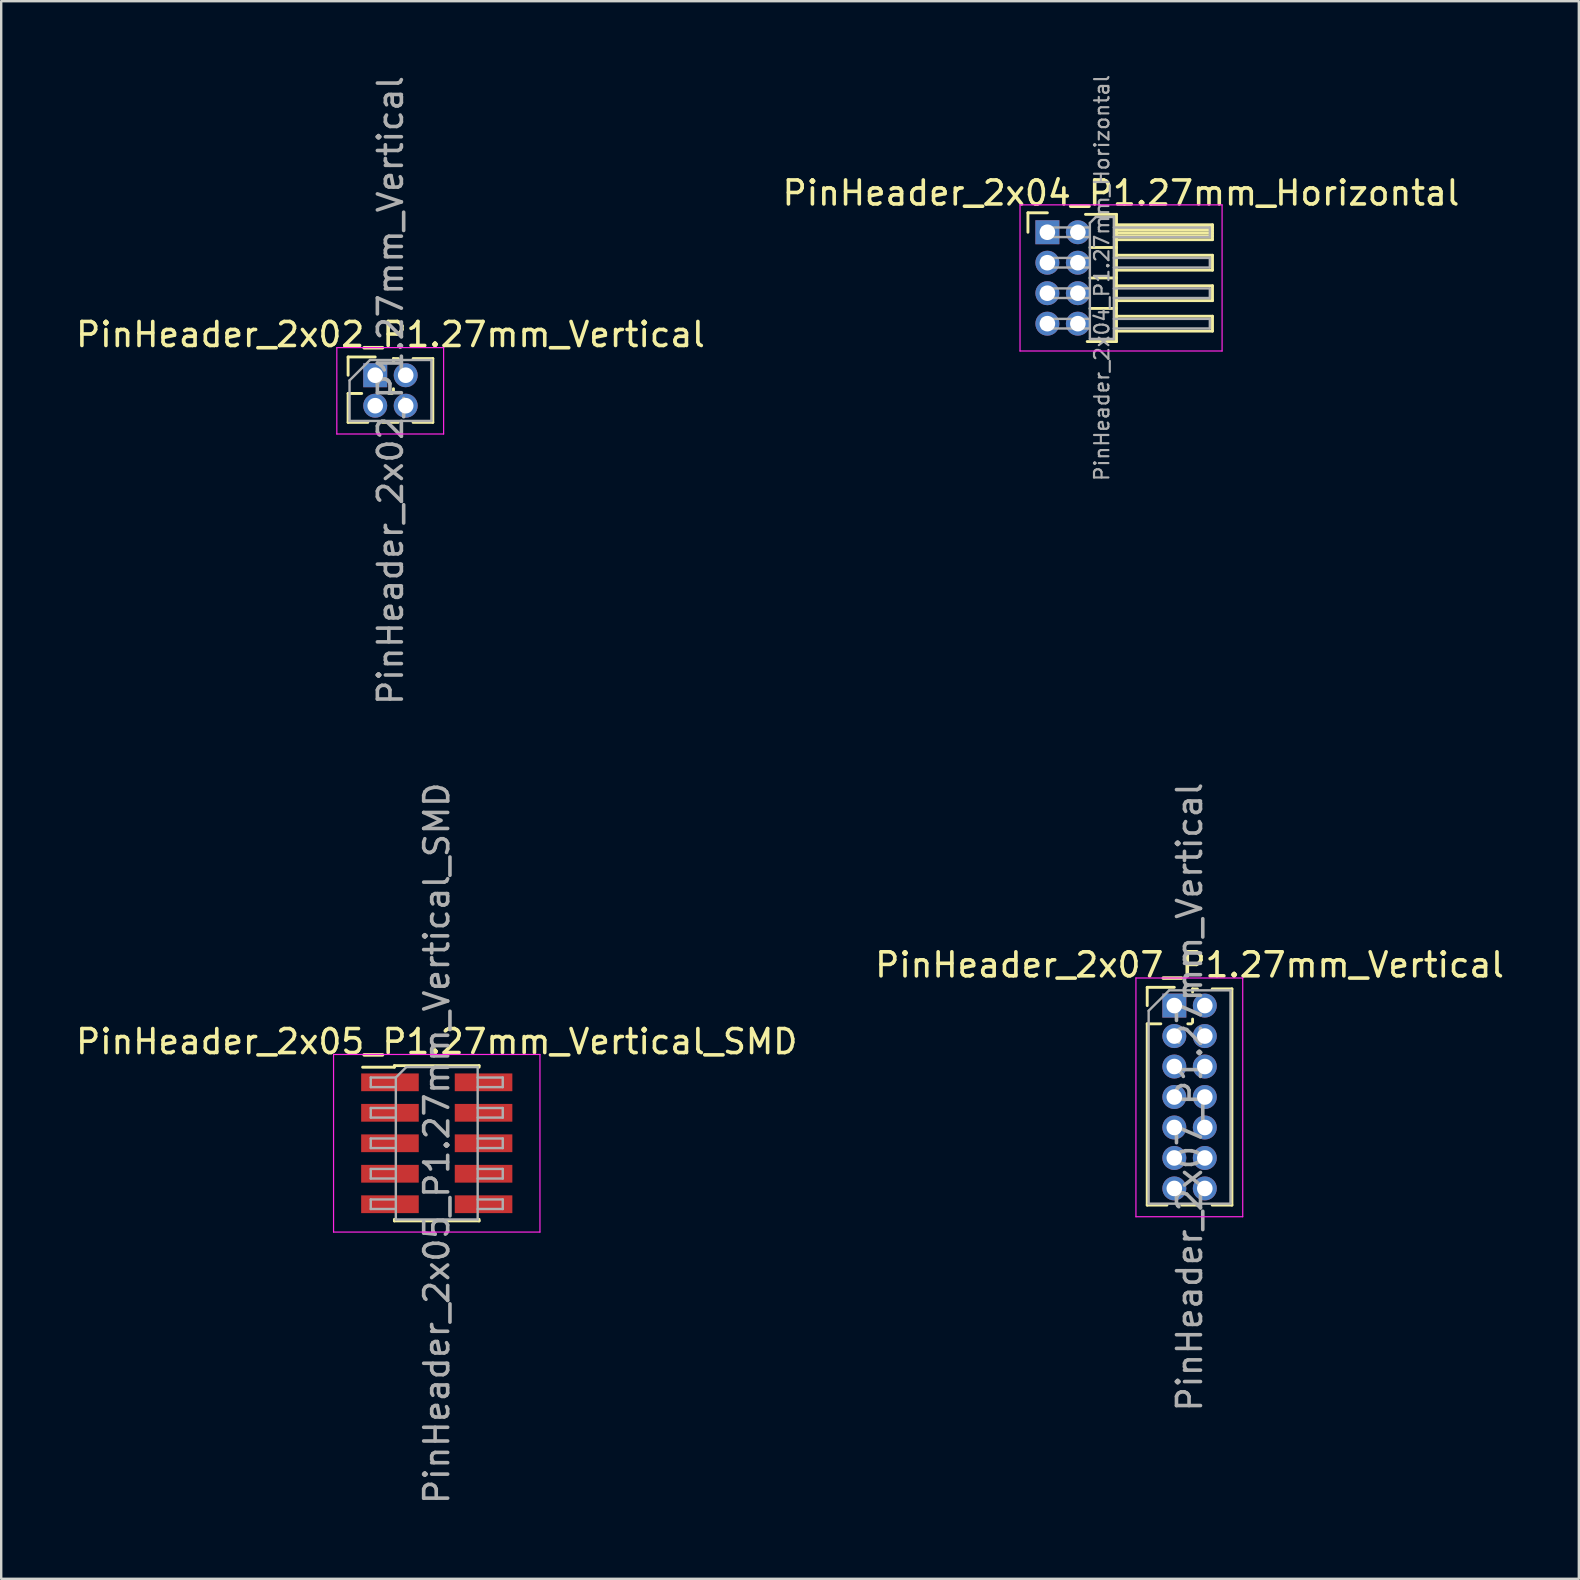
<source format=kicad_pcb>
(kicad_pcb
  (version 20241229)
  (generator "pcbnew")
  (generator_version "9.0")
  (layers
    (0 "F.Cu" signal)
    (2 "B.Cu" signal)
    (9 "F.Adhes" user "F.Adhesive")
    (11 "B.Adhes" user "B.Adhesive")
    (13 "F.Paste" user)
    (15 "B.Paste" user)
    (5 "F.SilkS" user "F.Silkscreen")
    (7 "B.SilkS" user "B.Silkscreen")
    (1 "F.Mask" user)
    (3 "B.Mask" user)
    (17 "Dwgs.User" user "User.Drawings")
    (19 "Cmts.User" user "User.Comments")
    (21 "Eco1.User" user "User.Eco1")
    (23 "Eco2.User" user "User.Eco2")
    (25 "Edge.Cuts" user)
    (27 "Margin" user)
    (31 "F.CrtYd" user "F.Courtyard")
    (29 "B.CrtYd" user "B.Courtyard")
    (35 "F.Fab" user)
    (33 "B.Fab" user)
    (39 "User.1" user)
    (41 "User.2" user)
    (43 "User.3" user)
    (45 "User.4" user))
  (footprint "PinHeader_2x02_P1.27mm_Vertical"
    (layer "F.Cu")
    (at 12.585 12.585)
    (property "Reference" "PinHeader_2x02_P1.27mm_Vertical" (at 0.635 -1.695 0) (layer "F.SilkS") (effects (font (size 1 1) (thickness 0.15))))
    (attr through_hole)
    (fp_line (start -1.13 -0.76) (end 0 -0.76) (stroke (width 0.12) (type solid)) (layer "F.SilkS"))
    (fp_line (start -1.13 0) (end -1.13 -0.76) (stroke (width 0.12) (type solid)) (layer "F.SilkS"))
    (fp_line (start -1.13 0.76) (end -1.13 1.965) (stroke (width 0.12) (type solid)) (layer "F.SilkS"))
    (fp_line (start -1.13 0.76) (end -0.563 0.76) (stroke (width 0.12) (type solid)) (layer "F.SilkS"))
    (fp_line (start -1.13 1.965) (end -0.308 1.965) (stroke (width 0.12) (type solid)) (layer "F.SilkS"))
    (fp_line (start 0.308 1.965) (end 0.962 1.965) (stroke (width 0.12) (type solid)) (layer "F.SilkS"))
    (fp_line (start 0.563 0.76) (end 0.707 0.76) (stroke (width 0.12) (type solid)) (layer "F.SilkS"))
    (fp_line (start 0.76 -0.695) (end 0.962 -0.695) (stroke (width 0.12) (type solid)) (layer "F.SilkS"))
    (fp_line (start 0.76 -0.563) (end 0.76 -0.695) (stroke (width 0.12) (type solid)) (layer "F.SilkS"))
    (fp_line (start 0.76 0.707) (end 0.76 0.563) (stroke (width 0.12) (type solid)) (layer "F.SilkS"))
    (fp_line (start 1.578 -0.695) (end 2.4 -0.695) (stroke (width 0.12) (type solid)) (layer "F.SilkS"))
    (fp_line (start 1.578 1.965) (end 2.4 1.965) (stroke (width 0.12) (type solid)) (layer "F.SilkS"))
    (fp_line (start 2.4 -0.695) (end 2.4 1.965) (stroke (width 0.12) (type solid)) (layer "F.SilkS"))
    (fp_line (start -1.6 -1.15) (end -1.6 2.45) (stroke (width 0.05) (type solid)) (layer "F.CrtYd"))
    (fp_line (start -1.6 2.45) (end 2.85 2.45) (stroke (width 0.05) (type solid)) (layer "F.CrtYd"))
    (fp_line (start 2.85 -1.15) (end -1.6 -1.15) (stroke (width 0.05) (type solid)) (layer "F.CrtYd"))
    (fp_line (start 2.85 2.45) (end 2.85 -1.15) (stroke (width 0.05) (type solid)) (layer "F.CrtYd"))
    (fp_line (start -1.07 0.217) (end -0.217 -0.635) (stroke (width 0.1) (type solid)) (layer "F.Fab"))
    (fp_line (start -1.07 1.905) (end -1.07 0.217) (stroke (width 0.1) (type solid)) (layer "F.Fab"))
    (fp_line (start -0.217 -0.635) (end 2.34 -0.635) (stroke (width 0.1) (type solid)) (layer "F.Fab"))
    (fp_line (start 2.34 -0.635) (end 2.34 1.905) (stroke (width 0.1) (type solid)) (layer "F.Fab"))
    (fp_line (start 2.34 1.905) (end -1.07 1.905) (stroke (width 0.1) (type solid)) (layer "F.Fab"))
    (fp_text user "${REFERENCE}" (at 0.635 0.635 90) (layer "F.Fab") (effects (font (size 1 1) (thickness 0.15))))
    (pad "1" thru_hole rect (at 0 0) (size 1 1) (drill 0.65) (layers "*.Cu" "*.Mask"))
    (pad "2" thru_hole oval (at 1.27 0) (size 1 1) (drill 0.65) (layers "*.Cu" "*.Mask"))
    (pad "3" thru_hole oval (at 0 1.27) (size 1 1) (drill 0.65) (layers "*.Cu" "*.Mask"))
    (pad "4" thru_hole oval (at 1.27 1.27) (size 1 1) (drill 0.65) (layers "*.Cu" "*.Mask")))
  (footprint "PinHeader_2x05_P1.27mm_Vertical_SMD"
    (layer "F.Cu")
    (at 15.149 44.589)
    (property "Reference" "PinHeader_2x05_P1.27mm_Vertical_SMD" (at 0 -4.235 0) (layer "F.SilkS") (effects (font (size 1 1) (thickness 0.15))))
    (attr smd)
    (fp_line (start -3.09 -3.17) (end -1.765 -3.17) (stroke (width 0.12) (type solid)) (layer "F.SilkS"))
    (fp_line (start -1.765 -3.235) (end -1.765 -3.17) (stroke (width 0.12) (type solid)) (layer "F.SilkS"))
    (fp_line (start -1.765 -3.235) (end 1.765 -3.235) (stroke (width 0.12) (type solid)) (layer "F.SilkS"))
    (fp_line (start -1.765 3.17) (end -1.765 3.235) (stroke (width 0.12) (type solid)) (layer "F.SilkS"))
    (fp_line (start -1.765 3.235) (end 1.765 3.235) (stroke (width 0.12) (type solid)) (layer "F.SilkS"))
    (fp_line (start 1.765 -3.235) (end 1.765 -3.17) (stroke (width 0.12) (type solid)) (layer "F.SilkS"))
    (fp_line (start 1.765 3.17) (end 1.765 3.235) (stroke (width 0.12) (type solid)) (layer "F.SilkS"))
    (fp_line (start -4.3 -3.7) (end -4.3 3.7) (stroke (width 0.05) (type solid)) (layer "F.CrtYd"))
    (fp_line (start -4.3 3.7) (end 4.3 3.7) (stroke (width 0.05) (type solid)) (layer "F.CrtYd"))
    (fp_line (start 4.3 -3.7) (end -4.3 -3.7) (stroke (width 0.05) (type solid)) (layer "F.CrtYd"))
    (fp_line (start 4.3 3.7) (end 4.3 -3.7) (stroke (width 0.05) (type solid)) (layer "F.CrtYd"))
    (fp_line (start -2.75 -2.74) (end -2.75 -2.34) (stroke (width 0.1) (type solid)) (layer "F.Fab"))
    (fp_line (start -2.75 -2.34) (end -1.705 -2.34) (stroke (width 0.1) (type solid)) (layer "F.Fab"))
    (fp_line (start -2.75 -1.47) (end -2.75 -1.07) (stroke (width 0.1) (type solid)) (layer "F.Fab"))
    (fp_line (start -2.75 -1.07) (end -1.705 -1.07) (stroke (width 0.1) (type solid)) (layer "F.Fab"))
    (fp_line (start -2.75 -0.2) (end -2.75 0.2) (stroke (width 0.1) (type solid)) (layer "F.Fab"))
    (fp_line (start -2.75 0.2) (end -1.705 0.2) (stroke (width 0.1) (type solid)) (layer "F.Fab"))
    (fp_line (start -2.75 1.07) (end -2.75 1.47) (stroke (width 0.1) (type solid)) (layer "F.Fab"))
    (fp_line (start -2.75 1.47) (end -1.705 1.47) (stroke (width 0.1) (type solid)) (layer "F.Fab"))
    (fp_line (start -2.75 2.34) (end -2.75 2.74) (stroke (width 0.1) (type solid)) (layer "F.Fab"))
    (fp_line (start -2.75 2.74) (end -1.705 2.74) (stroke (width 0.1) (type solid)) (layer "F.Fab"))
    (fp_line (start -1.705 -2.74) (end -2.75 -2.74) (stroke (width 0.1) (type solid)) (layer "F.Fab"))
    (fp_line (start -1.705 -2.74) (end -1.27 -3.175) (stroke (width 0.1) (type solid)) (layer "F.Fab"))
    (fp_line (start -1.705 -1.47) (end -2.75 -1.47) (stroke (width 0.1) (type solid)) (layer "F.Fab"))
    (fp_line (start -1.705 -0.2) (end -2.75 -0.2) (stroke (width 0.1) (type solid)) (layer "F.Fab"))
    (fp_line (start -1.705 1.07) (end -2.75 1.07) (stroke (width 0.1) (type solid)) (layer "F.Fab"))
    (fp_line (start -1.705 2.34) (end -2.75 2.34) (stroke (width 0.1) (type solid)) (layer "F.Fab"))
    (fp_line (start -1.705 3.175) (end -1.705 -2.74) (stroke (width 0.1) (type solid)) (layer "F.Fab"))
    (fp_line (start -1.27 -3.175) (end 1.705 -3.175) (stroke (width 0.1) (type solid)) (layer "F.Fab"))
    (fp_line (start 1.705 -3.175) (end 1.705 3.175) (stroke (width 0.1) (type solid)) (layer "F.Fab"))
    (fp_line (start 1.705 -2.74) (end 2.75 -2.74) (stroke (width 0.1) (type solid)) (layer "F.Fab"))
    (fp_line (start 1.705 -1.47) (end 2.75 -1.47) (stroke (width 0.1) (type solid)) (layer "F.Fab"))
    (fp_line (start 1.705 -0.2) (end 2.75 -0.2) (stroke (width 0.1) (type solid)) (layer "F.Fab"))
    (fp_line (start 1.705 1.07) (end 2.75 1.07) (stroke (width 0.1) (type solid)) (layer "F.Fab"))
    (fp_line (start 1.705 2.34) (end 2.75 2.34) (stroke (width 0.1) (type solid)) (layer "F.Fab"))
    (fp_line (start 1.705 3.175) (end -1.705 3.175) (stroke (width 0.1) (type solid)) (layer "F.Fab"))
    (fp_line (start 2.75 -2.74) (end 2.75 -2.34) (stroke (width 0.1) (type solid)) (layer "F.Fab"))
    (fp_line (start 2.75 -2.34) (end 1.705 -2.34) (stroke (width 0.1) (type solid)) (layer "F.Fab"))
    (fp_line (start 2.75 -1.47) (end 2.75 -1.07) (stroke (width 0.1) (type solid)) (layer "F.Fab"))
    (fp_line (start 2.75 -1.07) (end 1.705 -1.07) (stroke (width 0.1) (type solid)) (layer "F.Fab"))
    (fp_line (start 2.75 -0.2) (end 2.75 0.2) (stroke (width 0.1) (type solid)) (layer "F.Fab"))
    (fp_line (start 2.75 0.2) (end 1.705 0.2) (stroke (width 0.1) (type solid)) (layer "F.Fab"))
    (fp_line (start 2.75 1.07) (end 2.75 1.47) (stroke (width 0.1) (type solid)) (layer "F.Fab"))
    (fp_line (start 2.75 1.47) (end 1.705 1.47) (stroke (width 0.1) (type solid)) (layer "F.Fab"))
    (fp_line (start 2.75 2.34) (end 2.75 2.74) (stroke (width 0.1) (type solid)) (layer "F.Fab"))
    (fp_line (start 2.75 2.74) (end 1.705 2.74) (stroke (width 0.1) (type solid)) (layer "F.Fab"))
    (fp_text user "${REFERENCE}" (at 0 0 90) (layer "F.Fab") (effects (font (size 1 1) (thickness 0.15))))
    (pad "1" smd rect (at -1.95 -2.54) (size 2.4 0.74) (layers "F.Cu" "F.Mask" "F.Paste"))
    (pad "2" smd rect (at 1.95 -2.54) (size 2.4 0.74) (layers "F.Cu" "F.Mask" "F.Paste"))
    (pad "3" smd rect (at -1.95 -1.27) (size 2.4 0.74) (layers "F.Cu" "F.Mask" "F.Paste"))
    (pad "4" smd rect (at 1.95 -1.27) (size 2.4 0.74) (layers "F.Cu" "F.Mask" "F.Paste"))
    (pad "5" smd rect (at -1.95 0) (size 2.4 0.74) (layers "F.Cu" "F.Mask" "F.Paste"))
    (pad "6" smd rect (at 1.95 0) (size 2.4 0.74) (layers "F.Cu" "F.Mask" "F.Paste"))
    (pad "7" smd rect (at -1.95 1.27) (size 2.4 0.74) (layers "F.Cu" "F.Mask" "F.Paste"))
    (pad "8" smd rect (at 1.95 1.27) (size 2.4 0.74) (layers "F.Cu" "F.Mask" "F.Paste"))
    (pad "9" smd rect (at -1.95 2.54) (size 2.4 0.74) (layers "F.Cu" "F.Mask" "F.Paste"))
    (pad "10" smd rect (at 1.95 2.54) (size 2.4 0.74) (layers "F.Cu" "F.Mask" "F.Paste")))
  (footprint "PinHeader_2x04_P1.27mm_Horizontal"
    (layer "F.Cu")
    (at 40.593 6.627)
    (property "Reference" "PinHeader_2x04_P1.27mm_Horizontal" (at 3.067 -1.635 0) (layer "F.SilkS") (effects (font (size 1 1) (thickness 0.15))))
    (attr through_hole)
    (fp_line (start -0.81 -0.81) (end 0 -0.81) (stroke (width 0.12) (type solid)) (layer "F.SilkS"))
    (fp_line (start -0.81 0) (end -0.81 -0.81) (stroke (width 0.12) (type solid)) (layer "F.SilkS"))
    (fp_line (start 1.588 -0.745) (end 2.88 -0.745) (stroke (width 0.12) (type solid)) (layer "F.SilkS"))
    (fp_line (start 1.773 0.635) (end 2.88 0.635) (stroke (width 0.12) (type solid)) (layer "F.SilkS"))
    (fp_line (start 1.773 1.905) (end 2.88 1.905) (stroke (width 0.12) (type solid)) (layer "F.SilkS"))
    (fp_line (start 1.773 3.175) (end 2.88 3.175) (stroke (width 0.12) (type solid)) (layer "F.SilkS"))
    (fp_line (start 2.88 -0.745) (end 2.88 4.555) (stroke (width 0.12) (type solid)) (layer "F.SilkS"))
    (fp_line (start 2.88 -0.31) (end 6.88 -0.31) (stroke (width 0.12) (type solid)) (layer "F.SilkS"))
    (fp_line (start 2.88 -0.2) (end 6.88 -0.2) (stroke (width 0.12) (type solid)) (layer "F.SilkS"))
    (fp_line (start 2.88 -0.08) (end 6.88 -0.08) (stroke (width 0.12) (type solid)) (layer "F.SilkS"))
    (fp_line (start 2.88 0.04) (end 6.88 0.04) (stroke (width 0.12) (type solid)) (layer "F.SilkS"))
    (fp_line (start 2.88 0.16) (end 6.88 0.16) (stroke (width 0.12) (type solid)) (layer "F.SilkS"))
    (fp_line (start 2.88 0.96) (end 6.88 0.96) (stroke (width 0.12) (type solid)) (layer "F.SilkS"))
    (fp_line (start 2.88 2.23) (end 6.88 2.23) (stroke (width 0.12) (type solid)) (layer "F.SilkS"))
    (fp_line (start 2.88 3.5) (end 6.88 3.5) (stroke (width 0.12) (type solid)) (layer "F.SilkS"))
    (fp_line (start 2.88 4.555) (end 1.66 4.555) (stroke (width 0.12) (type solid)) (layer "F.SilkS"))
    (fp_line (start 6.88 -0.31) (end 6.88 0.31) (stroke (width 0.12) (type solid)) (layer "F.SilkS"))
    (fp_line (start 6.88 0.31) (end 2.88 0.31) (stroke (width 0.12) (type solid)) (layer "F.SilkS"))
    (fp_line (start 6.88 0.96) (end 6.88 1.58) (stroke (width 0.12) (type solid)) (layer "F.SilkS"))
    (fp_line (start 6.88 1.58) (end 2.88 1.58) (stroke (width 0.12) (type solid)) (layer "F.SilkS"))
    (fp_line (start 6.88 2.23) (end 6.88 2.85) (stroke (width 0.12) (type solid)) (layer "F.SilkS"))
    (fp_line (start 6.88 2.85) (end 2.88 2.85) (stroke (width 0.12) (type solid)) (layer "F.SilkS"))
    (fp_line (start 6.88 3.5) (end 6.88 4.12) (stroke (width 0.12) (type solid)) (layer "F.SilkS"))
    (fp_line (start 6.88 4.12) (end 2.88 4.12) (stroke (width 0.12) (type solid)) (layer "F.SilkS"))
    (fp_line (start -1.14 -1.14) (end -1.14 4.95) (stroke (width 0.05) (type solid)) (layer "F.CrtYd"))
    (fp_line (start -1.14 4.95) (end 7.28 4.95) (stroke (width 0.05) (type solid)) (layer "F.CrtYd"))
    (fp_line (start 7.28 -1.14) (end -1.14 -1.14) (stroke (width 0.05) (type solid)) (layer "F.CrtYd"))
    (fp_line (start 7.28 4.95) (end 7.28 -1.14) (stroke (width 0.05) (type solid)) (layer "F.CrtYd"))
    (fp_line (start -0.2 -0.2) (end -0.2 0.2) (stroke (width 0.1) (type solid)) (layer "F.Fab"))
    (fp_line (start -0.2 -0.2) (end 1.77 -0.2) (stroke (width 0.1) (type solid)) (layer "F.Fab"))
    (fp_line (start -0.2 0.2) (end 1.77 0.2) (stroke (width 0.1) (type solid)) (layer "F.Fab"))
    (fp_line (start -0.2 1.07) (end -0.2 1.47) (stroke (width 0.1) (type solid)) (layer "F.Fab"))
    (fp_line (start -0.2 1.07) (end 1.77 1.07) (stroke (width 0.1) (type solid)) (layer "F.Fab"))
    (fp_line (start -0.2 1.47) (end 1.77 1.47) (stroke (width 0.1) (type solid)) (layer "F.Fab"))
    (fp_line (start -0.2 2.34) (end -0.2 2.74) (stroke (width 0.1) (type solid)) (layer "F.Fab"))
    (fp_line (start -0.2 2.34) (end 1.77 2.34) (stroke (width 0.1) (type solid)) (layer "F.Fab"))
    (fp_line (start -0.2 2.74) (end 1.77 2.74) (stroke (width 0.1) (type solid)) (layer "F.Fab"))
    (fp_line (start -0.2 3.61) (end -0.2 4.01) (stroke (width 0.1) (type solid)) (layer "F.Fab"))
    (fp_line (start -0.2 3.61) (end 1.77 3.61) (stroke (width 0.1) (type solid)) (layer "F.Fab"))
    (fp_line (start -0.2 4.01) (end 1.77 4.01) (stroke (width 0.1) (type solid)) (layer "F.Fab"))
    (fp_line (start 1.77 -0.385) (end 2.02 -0.635) (stroke (width 0.1) (type solid)) (layer "F.Fab"))
    (fp_line (start 1.77 4.445) (end 1.77 -0.385) (stroke (width 0.1) (type solid)) (layer "F.Fab"))
    (fp_line (start 2.02 -0.635) (end 2.77 -0.635) (stroke (width 0.1) (type solid)) (layer "F.Fab"))
    (fp_line (start 2.77 -0.635) (end 2.77 4.445) (stroke (width 0.1) (type solid)) (layer "F.Fab"))
    (fp_line (start 2.77 -0.2) (end 6.77 -0.2) (stroke (width 0.1) (type solid)) (layer "F.Fab"))
    (fp_line (start 2.77 0.2) (end 6.77 0.2) (stroke (width 0.1) (type solid)) (layer "F.Fab"))
    (fp_line (start 2.77 1.07) (end 6.77 1.07) (stroke (width 0.1) (type solid)) (layer "F.Fab"))
    (fp_line (start 2.77 1.47) (end 6.77 1.47) (stroke (width 0.1) (type solid)) (layer "F.Fab"))
    (fp_line (start 2.77 2.34) (end 6.77 2.34) (stroke (width 0.1) (type solid)) (layer "F.Fab"))
    (fp_line (start 2.77 2.74) (end 6.77 2.74) (stroke (width 0.1) (type solid)) (layer "F.Fab"))
    (fp_line (start 2.77 3.61) (end 6.77 3.61) (stroke (width 0.1) (type solid)) (layer "F.Fab"))
    (fp_line (start 2.77 4.01) (end 6.77 4.01) (stroke (width 0.1) (type solid)) (layer "F.Fab"))
    (fp_line (start 2.77 4.445) (end 1.77 4.445) (stroke (width 0.1) (type solid)) (layer "F.Fab"))
    (fp_line (start 6.77 -0.2) (end 6.77 0.2) (stroke (width 0.1) (type solid)) (layer "F.Fab"))
    (fp_line (start 6.77 1.07) (end 6.77 1.47) (stroke (width 0.1) (type solid)) (layer "F.Fab"))
    (fp_line (start 6.77 2.34) (end 6.77 2.74) (stroke (width 0.1) (type solid)) (layer "F.Fab"))
    (fp_line (start 6.77 3.61) (end 6.77 4.01) (stroke (width 0.1) (type solid)) (layer "F.Fab"))
    (fp_text user "${REFERENCE}" (at 2.27 1.905 90) (layer "F.Fab") (effects (font (size 0.6 0.6) (thickness 0.09))))
    (pad "1" thru_hole rect (at 0 0) (size 1 1) (drill 0.65) (layers "*.Cu" "*.Mask"))
    (pad "2" thru_hole circle (at 1.27 0) (size 1 1) (drill 0.65) (layers "*.Cu" "*.Mask"))
    (pad "3" thru_hole circle (at 0 1.27) (size 1 1) (drill 0.65) (layers "*.Cu" "*.Mask"))
    (pad "4" thru_hole circle (at 1.27 1.27) (size 1 1) (drill 0.65) (layers "*.Cu" "*.Mask"))
    (pad "5" thru_hole circle (at 0 2.54) (size 1 1) (drill 0.65) (layers "*.Cu" "*.Mask"))
    (pad "6" thru_hole circle (at 1.27 2.54) (size 1 1) (drill 0.65) (layers "*.Cu" "*.Mask"))
    (pad "7" thru_hole circle (at 0 3.81) (size 1 1) (drill 0.65) (layers "*.Cu" "*.Mask"))
    (pad "8" thru_hole circle (at 1.27 3.81) (size 1 1) (drill 0.65) (layers "*.Cu" "*.Mask")))
  (footprint "PinHeader_2x07_P1.27mm_Vertical"
    (layer "F.Cu")
    (at 45.883 38.851)
    (property "Reference" "PinHeader_2x07_P1.27mm_Vertical" (at 0.635 -1.695 0) (layer "F.SilkS") (effects (font (size 1 1) (thickness 0.15))))
    (attr through_hole)
    (fp_line (start -1.13 -0.76) (end 0 -0.76) (stroke (width 0.12) (type solid)) (layer "F.SilkS"))
    (fp_line (start -1.13 0) (end -1.13 -0.76) (stroke (width 0.12) (type solid)) (layer "F.SilkS"))
    (fp_line (start -1.13 0.76) (end -1.13 8.315) (stroke (width 0.12) (type solid)) (layer "F.SilkS"))
    (fp_line (start -1.13 0.76) (end -0.563 0.76) (stroke (width 0.12) (type solid)) (layer "F.SilkS"))
    (fp_line (start -1.13 8.315) (end -0.308 8.315) (stroke (width 0.12) (type solid)) (layer "F.SilkS"))
    (fp_line (start 0.308 8.315) (end 0.962 8.315) (stroke (width 0.12) (type solid)) (layer "F.SilkS"))
    (fp_line (start 0.563 0.76) (end 0.707 0.76) (stroke (width 0.12) (type solid)) (layer "F.SilkS"))
    (fp_line (start 0.76 -0.695) (end 0.962 -0.695) (stroke (width 0.12) (type solid)) (layer "F.SilkS"))
    (fp_line (start 0.76 -0.563) (end 0.76 -0.695) (stroke (width 0.12) (type solid)) (layer "F.SilkS"))
    (fp_line (start 0.76 0.707) (end 0.76 0.563) (stroke (width 0.12) (type solid)) (layer "F.SilkS"))
    (fp_line (start 1.578 -0.695) (end 2.4 -0.695) (stroke (width 0.12) (type solid)) (layer "F.SilkS"))
    (fp_line (start 1.578 8.315) (end 2.4 8.315) (stroke (width 0.12) (type solid)) (layer "F.SilkS"))
    (fp_line (start 2.4 -0.695) (end 2.4 8.315) (stroke (width 0.12) (type solid)) (layer "F.SilkS"))
    (fp_line (start -1.6 -1.15) (end -1.6 8.8) (stroke (width 0.05) (type solid)) (layer "F.CrtYd"))
    (fp_line (start -1.6 8.8) (end 2.85 8.8) (stroke (width 0.05) (type solid)) (layer "F.CrtYd"))
    (fp_line (start 2.85 -1.15) (end -1.6 -1.15) (stroke (width 0.05) (type solid)) (layer "F.CrtYd"))
    (fp_line (start 2.85 8.8) (end 2.85 -1.15) (stroke (width 0.05) (type solid)) (layer "F.CrtYd"))
    (fp_line (start -1.07 0.217) (end -0.217 -0.635) (stroke (width 0.1) (type solid)) (layer "F.Fab"))
    (fp_line (start -1.07 8.255) (end -1.07 0.217) (stroke (width 0.1) (type solid)) (layer "F.Fab"))
    (fp_line (start -0.217 -0.635) (end 2.34 -0.635) (stroke (width 0.1) (type solid)) (layer "F.Fab"))
    (fp_line (start 2.34 -0.635) (end 2.34 8.255) (stroke (width 0.1) (type solid)) (layer "F.Fab"))
    (fp_line (start 2.34 8.255) (end -1.07 8.255) (stroke (width 0.1) (type solid)) (layer "F.Fab"))
    (fp_text user "${REFERENCE}" (at 0.635 3.81 90) (layer "F.Fab") (effects (font (size 1 1) (thickness 0.15))))
    (pad "1" thru_hole rect (at 0 0) (size 1 1) (drill 0.65) (layers "*.Cu" "*.Mask"))
    (pad "2" thru_hole oval (at 1.27 0) (size 1 1) (drill 0.65) (layers "*.Cu" "*.Mask"))
    (pad "3" thru_hole oval (at 0 1.27) (size 1 1) (drill 0.65) (layers "*.Cu" "*.Mask"))
    (pad "4" thru_hole oval (at 1.27 1.27) (size 1 1) (drill 0.65) (layers "*.Cu" "*.Mask"))
    (pad "5" thru_hole oval (at 0 2.54) (size 1 1) (drill 0.65) (layers "*.Cu" "*.Mask"))
    (pad "6" thru_hole oval (at 1.27 2.54) (size 1 1) (drill 0.65) (layers "*.Cu" "*.Mask"))
    (pad "7" thru_hole oval (at 0 3.81) (size 1 1) (drill 0.65) (layers "*.Cu" "*.Mask"))
    (pad "8" thru_hole oval (at 1.27 3.81) (size 1 1) (drill 0.65) (layers "*.Cu" "*.Mask"))
    (pad "9" thru_hole oval (at 0 5.08) (size 1 1) (drill 0.65) (layers "*.Cu" "*.Mask"))
    (pad "10" thru_hole oval (at 1.27 5.08) (size 1 1) (drill 0.65) (layers "*.Cu" "*.Mask"))
    (pad "11" thru_hole oval (at 0 6.35) (size 1 1) (drill 0.65) (layers "*.Cu" "*.Mask"))
    (pad "12" thru_hole oval (at 1.27 6.35) (size 1 1) (drill 0.65) (layers "*.Cu" "*.Mask"))
    (pad "13" thru_hole oval (at 0 7.62) (size 1 1) (drill 0.65) (layers "*.Cu" "*.Mask"))
    (pad "14" thru_hole oval (at 1.27 7.62) (size 1 1) (drill 0.65) (layers "*.Cu" "*.Mask")))
  (gr_rect
    (start -3 -3)
    (end 62.738 62.738)
    (stroke (width 0.1) (type default))
    (fill no)
    (layer "Edge.Cuts")))
</source>
